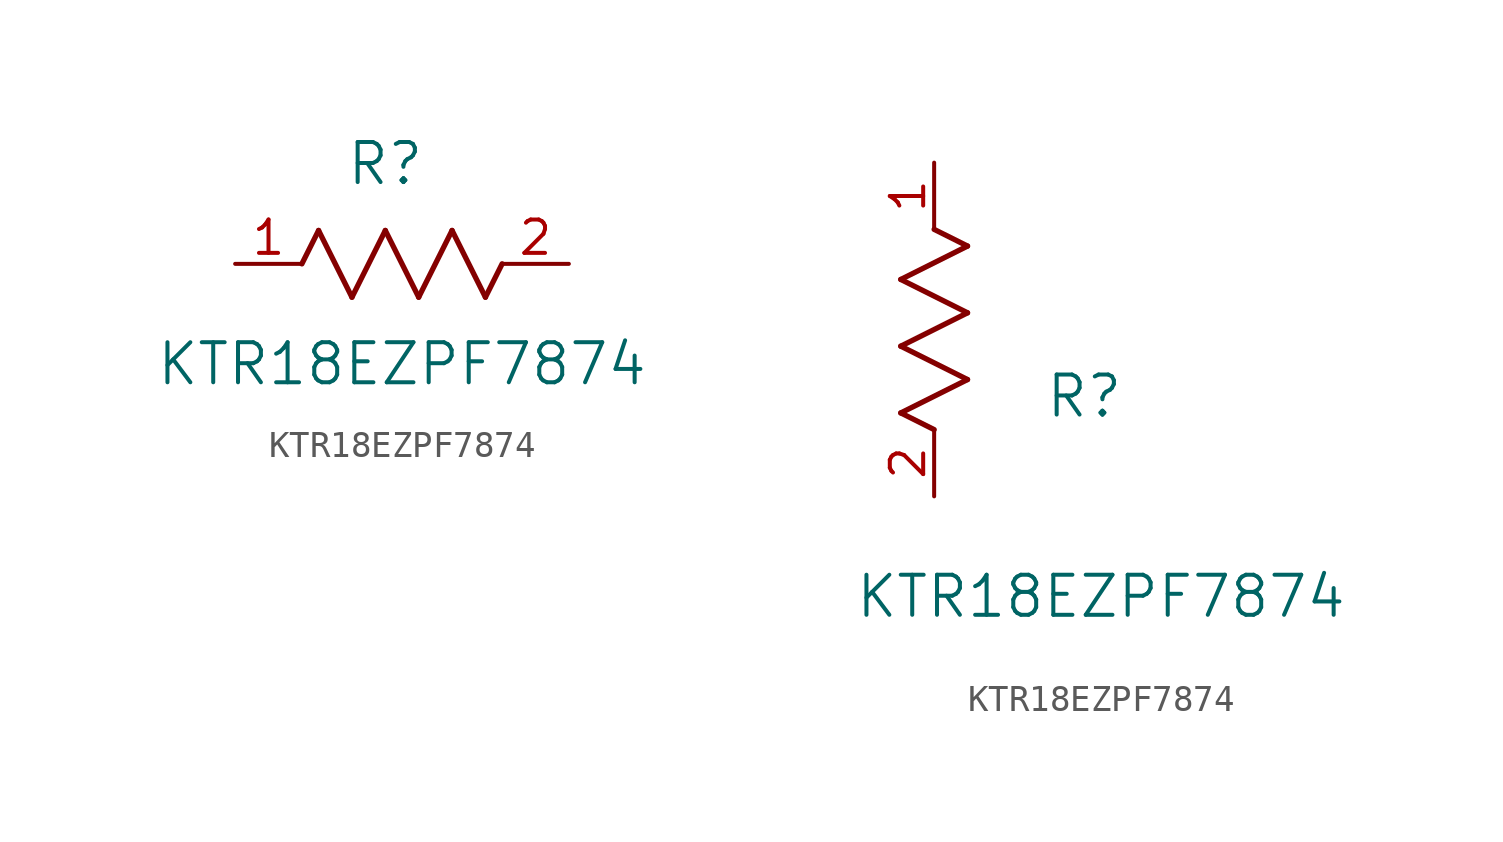
<source format=kicad_sym>
(kicad_symbol_lib
  (version 20211014)
  (generator kicad_symbol_editor)
  (symbol "KTR18EZPF7874"
    (pin_names
      (offset 0.254))
    (property "Reference" "R"
      (at 5.715 3.81 0)
      (effects (font (size 1.524 1.524))))
    (property "Value" "KTR18EZPF7874"
      (at 6.35 -3.81 0)
      (effects (font (size 1.524 1.524))))
    (symbol "KTR18EZPF7874_1_1"
      (polyline (pts (xy 3.175 1.27) (xy 4.445 -1.27)) (stroke (width 0.203) (type default) (color 0 0 0 0)) (fill (type none)))
      (polyline (pts (xy 4.445 -1.27) (xy 5.715 1.27)) (stroke (width 0.203) (type default) (color 0 0 0 0)) (fill (type none)))
      (polyline (pts (xy 5.715 1.27) (xy 6.985 -1.27)) (stroke (width 0.203) (type default) (color 0 0 0 0)) (fill (type none)))
      (polyline (pts (xy 6.985 -1.27) (xy 8.255 1.27)) (stroke (width 0.203) (type default) (color 0 0 0 0)) (fill (type none)))
      (polyline (pts (xy 8.255 1.27) (xy 9.525 -1.27)) (stroke (width 0.203) (type default) (color 0 0 0 0)) (fill (type none)))
      (polyline (pts (xy 2.54 0) (xy 3.175 1.27)) (stroke (width 0.203) (type default) (color 0 0 0 0)) (fill (type none)))
      (polyline (pts (xy 9.525 -1.27) (xy 10.16 0)) (stroke (width 0.203) (type default) (color 0 0 0 0)) (fill (type none)))
      (pin unspecified line (at 0 0 0) (length 2.54) (name "" (effects (font (size 1.27 1.27)))) (number "1" (effects (font (size 1.27 1.27)))))
      (pin unspecified line (at 12.7 0 180) (length 2.54) (name "" (effects (font (size 1.27 1.27)))) (number "2" (effects (font (size 1.27 1.27))))))
    (symbol "KTR18EZPF7874_1_2"
      (polyline (pts (xy 0 2.54) (xy -1.27 3.175)) (stroke (width 0.203) (type default) (color 0 0 0 0)) (fill (type none)))
      (polyline (pts (xy -1.27 3.175) (xy 1.27 4.445)) (stroke (width 0.203) (type default) (color 0 0 0 0)) (fill (type none)))
      (polyline (pts (xy 1.27 4.445) (xy -1.27 5.715)) (stroke (width 0.203) (type default) (color 0 0 0 0)) (fill (type none)))
      (polyline (pts (xy -1.27 5.715) (xy 1.27 6.985)) (stroke (width 0.203) (type default) (color 0 0 0 0)) (fill (type none)))
      (polyline (pts (xy -1.27 8.255) (xy 1.27 9.525)) (stroke (width 0.203) (type default) (color 0 0 0 0)) (fill (type none)))
      (polyline (pts (xy 1.27 9.525) (xy 0 10.16)) (stroke (width 0.203) (type default) (color 0 0 0 0)) (fill (type none)))
      (polyline (pts (xy 1.27 6.985) (xy -1.27 8.255)) (stroke (width 0.203) (type default) (color 0 0 0 0)) (fill (type none)))
      (pin unspecified line (at 0 12.7 270) (length 2.54) (name "" (effects (font (size 1.27 1.27)))) (number "1" (effects (font (size 1.27 1.27)))))
      (pin unspecified line (at 0 0 90) (length 2.54) (name "" (effects (font (size 1.27 1.27)))) (number "2" (effects (font (size 1.27 1.27))))))))
</source>
